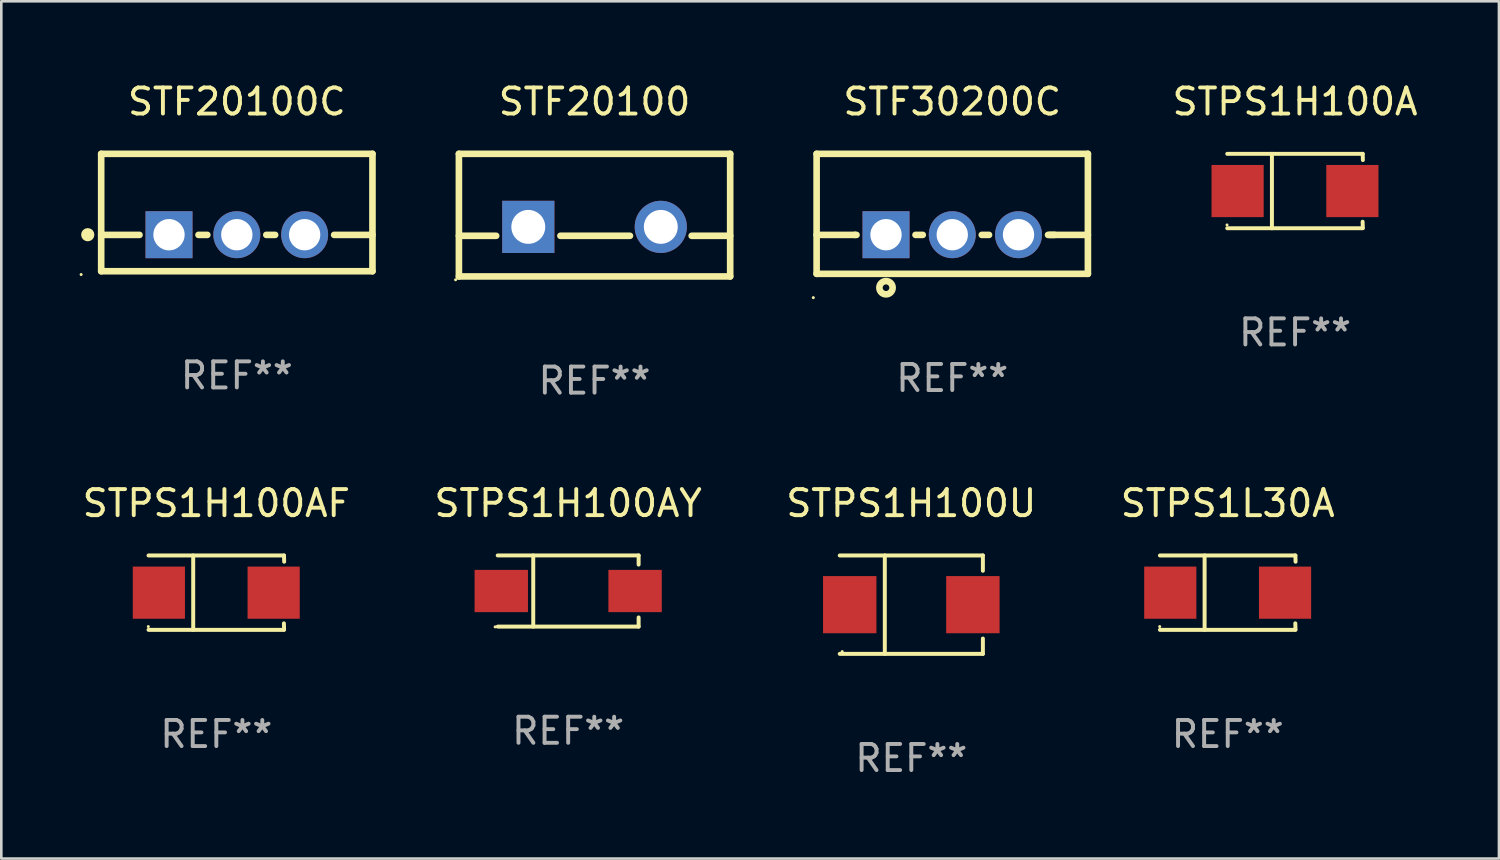
<source format=kicad_pcb>
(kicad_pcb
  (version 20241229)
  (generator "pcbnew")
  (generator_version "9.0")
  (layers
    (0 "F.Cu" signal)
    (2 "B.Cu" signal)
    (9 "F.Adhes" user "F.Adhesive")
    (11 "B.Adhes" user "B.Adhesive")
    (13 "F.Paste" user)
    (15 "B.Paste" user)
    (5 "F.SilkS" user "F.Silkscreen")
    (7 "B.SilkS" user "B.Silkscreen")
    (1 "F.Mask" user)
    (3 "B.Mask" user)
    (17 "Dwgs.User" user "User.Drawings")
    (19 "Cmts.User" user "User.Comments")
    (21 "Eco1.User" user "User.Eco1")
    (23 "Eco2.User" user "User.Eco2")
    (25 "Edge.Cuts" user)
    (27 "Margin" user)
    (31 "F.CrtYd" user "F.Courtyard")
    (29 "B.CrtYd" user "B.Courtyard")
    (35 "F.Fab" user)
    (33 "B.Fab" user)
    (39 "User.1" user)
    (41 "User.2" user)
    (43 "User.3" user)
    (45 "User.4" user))
  (footprint "STF20100C"
    (layer "F.Cu")
    (at 6.029 5.098)
    (property "Reference" "STF20100C" (at 0 -4.25 0) (layer "F.SilkS") (effects (font (size 1 1) (thickness 0.15))))
    (attr through_hole)
    (fp_line (start -5.2 -2.25) (end -5.2 2.25) (stroke (width 0.254) (type solid)) (layer "F.SilkS"))
    (fp_line (start -5.2 -2.25) (end 5.2 -2.25) (stroke (width 0.254) (type solid)) (layer "F.SilkS"))
    (fp_line (start -5.2 0.857) (end -3.731 0.857) (stroke (width 0.254) (type solid)) (layer "F.SilkS"))
    (fp_line (start -5.2 2.25) (end 5.2 2.25) (stroke (width 0.254) (type solid)) (layer "F.SilkS"))
    (fp_line (start -1.469 0.857) (end -1.131 0.857) (stroke (width 0.254) (type solid)) (layer "F.SilkS"))
    (fp_line (start 1.131 0.857) (end 1.469 0.857) (stroke (width 0.254) (type solid)) (layer "F.SilkS"))
    (fp_line (start 3.731 0.857) (end 5.2 0.857) (stroke (width 0.254) (type solid)) (layer "F.SilkS"))
    (fp_line (start 5.2 -2.25) (end 5.2 2.25) (stroke (width 0.254) (type solid)) (layer "F.SilkS"))
    (fp_circle (center -5.969 2.377) (end -5.939 2.377) (stroke (width 0.06) (type solid)) (fill no) (layer "F.SilkS"))
    (fp_circle (center -5.715 0.85) (end -5.588 0.85) (stroke (width 0.254) (type solid)) (fill no) (layer "F.SilkS"))
    (fp_text user "REF**" (at 0 6.25 0) (layer "F.Fab") (effects (font (size 1 1) (thickness 0.15))))
    (pad "1" thru_hole rect (at -2.6 0.85) (size 1.8 1.8) (drill 1.2) (layers "*.Cu" "*.Mask"))
    (pad "2" thru_hole circle (at 0 0.85) (size 1.8 1.8) (drill 1.2) (layers "*.Cu" "*.Mask"))
    (pad "3" thru_hole circle (at 2.6 0.85) (size 1.8 1.8) (drill 1.2) (layers "*.Cu" "*.Mask")))
  (footprint "STPS1H100AF"
    (layer "F.Cu")
    (at 5.244 19.671)
    (property "Reference" "STPS1H100AF" (at 0 -3.426 0) (layer "F.SilkS") (effects (font (size 1 1) (thickness 0.15))))
    (attr through_hole)
    (fp_line (start -2.6 -1.426) (end 2.593 -1.426) (stroke (width 0.152) (type solid)) (layer "F.SilkS"))
    (fp_line (start -2.6 1.426) (end 2.593 1.426) (stroke (width 0.152) (type solid)) (layer "F.SilkS"))
    (fp_line (start -0.887 -1.426) (end -0.887 1.426) (stroke (width 0.152) (type solid)) (layer "F.SilkS"))
    (fp_line (start 2.59 1.176) (end 2.597 1.415) (stroke (width 0.152) (type solid)) (layer "F.SilkS"))
    (fp_line (start 2.593 -1.426) (end 2.6 -1.187) (stroke (width 0.152) (type solid)) (layer "F.SilkS"))
    (fp_circle (center -2.608 1.3) (end -2.578 1.3) (stroke (width 0.06) (type solid)) (fill no) (layer "F.SilkS"))
    (fp_text user "REF**" (at 0 5.426 0) (layer "F.Fab") (effects (font (size 1 1) (thickness 0.15))))
    (pad "1" smd rect (at -2.203 0 180) (size 2 2) (layers "F.Cu" "F.Mask" "F.Paste"))
    (pad "2" smd rect (at 2.197 0 180) (size 2 2) (layers "F.Cu" "F.Mask" "F.Paste")))
  (footprint "STPS1H100A"
    (layer "F.Cu")
    (at 46.599 4.274)
    (property "Reference" "STPS1H100A" (at 0 -3.426 0) (layer "F.SilkS") (effects (font (size 1 1) (thickness 0.15))))
    (attr through_hole)
    (fp_line (start -2.6 -1.426) (end 2.593 -1.426) (stroke (width 0.152) (type solid)) (layer "F.SilkS"))
    (fp_line (start -2.6 1.426) (end 2.593 1.426) (stroke (width 0.152) (type solid)) (layer "F.SilkS"))
    (fp_line (start -0.887 -1.426) (end -0.887 1.426) (stroke (width 0.152) (type solid)) (layer "F.SilkS"))
    (fp_line (start 2.59 1.176) (end 2.597 1.415) (stroke (width 0.152) (type solid)) (layer "F.SilkS"))
    (fp_line (start 2.593 -1.426) (end 2.6 -1.187) (stroke (width 0.152) (type solid)) (layer "F.SilkS"))
    (fp_circle (center -2.608 1.3) (end -2.578 1.3) (stroke (width 0.06) (type solid)) (fill no) (layer "F.SilkS"))
    (fp_text user "REF**" (at 0 5.426 0) (layer "F.Fab") (effects (font (size 1 1) (thickness 0.15))))
    (pad "1" smd rect (at -2.203 0 180) (size 2 2) (layers "F.Cu" "F.Mask" "F.Paste"))
    (pad "2" smd rect (at 2.197 0 180) (size 2 2) (layers "F.Cu" "F.Mask" "F.Paste")))
  (footprint "STPS1L30A"
    (layer "F.Cu")
    (at 44.018 19.671)
    (property "Reference" "STPS1L30A" (at 0 -3.426 0) (layer "F.SilkS") (effects (font (size 1 1) (thickness 0.15))))
    (attr through_hole)
    (fp_line (start -2.6 -1.426) (end 2.593 -1.426) (stroke (width 0.152) (type solid)) (layer "F.SilkS"))
    (fp_line (start -2.6 1.426) (end 2.593 1.426) (stroke (width 0.152) (type solid)) (layer "F.SilkS"))
    (fp_line (start -0.887 -1.426) (end -0.887 1.426) (stroke (width 0.152) (type solid)) (layer "F.SilkS"))
    (fp_line (start 2.59 1.176) (end 2.597 1.415) (stroke (width 0.152) (type solid)) (layer "F.SilkS"))
    (fp_line (start 2.593 -1.426) (end 2.6 -1.187) (stroke (width 0.152) (type solid)) (layer "F.SilkS"))
    (fp_circle (center -2.608 1.3) (end -2.578 1.3) (stroke (width 0.06) (type solid)) (fill no) (layer "F.SilkS"))
    (fp_text user "REF**" (at 0 5.426 0) (layer "F.Fab") (effects (font (size 1 1) (thickness 0.15))))
    (pad "1" smd rect (at -2.203 0 180) (size 2 2) (layers "F.Cu" "F.Mask" "F.Paste"))
    (pad "2" smd rect (at 2.197 0 180) (size 2 2) (layers "F.Cu" "F.Mask" "F.Paste")))
  (footprint "STPS1H100AY"
    (layer "F.Cu")
    (at 18.732 19.608)
    (property "Reference" "STPS1H100AY" (at 0 -3.364 0) (layer "F.SilkS") (effects (font (size 1 1) (thickness 0.15))))
    (attr through_hole)
    (fp_line (start -2.701 -1.364) (end 2.701 -1.364) (stroke (width 0.152) (type solid)) (layer "F.SilkS"))
    (fp_line (start -2.701 1.364) (end 2.701 1.364) (stroke (width 0.152) (type solid)) (layer "F.SilkS"))
    (fp_line (start -1.339 -1.364) (end -1.339 1.364) (stroke (width 0.152) (type solid)) (layer "F.SilkS"))
    (fp_line (start 2.701 -1.364) (end 2.701 -1.013) (stroke (width 0.152) (type solid)) (layer "F.SilkS"))
    (fp_line (start 2.701 1.364) (end 2.701 1.013) (stroke (width 0.152) (type solid)) (layer "F.SilkS"))
    (fp_circle (center -2.8 1.375) (end -2.77 1.375) (stroke (width 0.06) (type solid)) (fill no) (layer "F.SilkS"))
    (fp_text user "REF**" (at 0 5.364 0) (layer "F.Fab") (effects (font (size 1 1) (thickness 0.15))))
    (pad "1" smd rect (at -2.565 -0.000025) (size 2.046 1.62) (layers "F.Cu" "F.Mask" "F.Paste"))
    (pad "2" smd rect (at 2.565 -0.000025) (size 2.046 1.62) (layers "F.Cu" "F.Mask" "F.Paste")))
  (footprint "STF30200C"
    (layer "F.Cu")
    (at 33.457 5.148)
    (property "Reference" "STF30200C" (at 0 -4.3 0) (layer "F.SilkS") (effects (font (size 1 1) (thickness 0.15))))
    (attr through_hole)
    (fp_line (start -5.2 -2.3) (end -5.2 2.3) (stroke (width 0.254) (type solid)) (layer "F.SilkS"))
    (fp_line (start -5.2 -2.3) (end 5.2 -2.3) (stroke (width 0.254) (type solid)) (layer "F.SilkS"))
    (fp_line (start -5.2 0.807) (end -3.731 0.807) (stroke (width 0.254) (type solid)) (layer "F.SilkS"))
    (fp_line (start -5.2 2.3) (end 5.2 2.3) (stroke (width 0.254) (type solid)) (layer "F.SilkS"))
    (fp_line (start -3.731 0.807) (end -3.671 0.807) (stroke (width 0.254) (type solid)) (layer "F.SilkS"))
    (fp_line (start -1.409 0.807) (end -1.131 0.807) (stroke (width 0.254) (type solid)) (layer "F.SilkS"))
    (fp_line (start 1.131 0.807) (end 1.409 0.807) (stroke (width 0.254) (type solid)) (layer "F.SilkS"))
    (fp_line (start 3.671 0.807) (end 3.926 0.807) (stroke (width 0.254) (type solid)) (layer "F.SilkS"))
    (fp_line (start 3.731 0.807) (end 5.2 0.807) (stroke (width 0.254) (type solid)) (layer "F.SilkS"))
    (fp_line (start 5.2 -2.3) (end 5.2 2.3) (stroke (width 0.254) (type solid)) (layer "F.SilkS"))
    (fp_circle (center -5.327 3.213) (end -5.297 3.213) (stroke (width 0.06) (type solid)) (fill no) (layer "F.SilkS"))
    (fp_circle (center -2.54 2.832) (end -2.286 2.832) (stroke (width 0.254) (type solid)) (fill no) (layer "F.SilkS"))
    (fp_text user "REF**" (at 0 6.3 0) (layer "F.Fab") (effects (font (size 1 1) (thickness 0.15))))
    (pad "1" thru_hole rect (at -2.54 0.8) (size 1.8 1.8) (drill 1.2) (layers "*.Cu" "*.Mask"))
    (pad "2" thru_hole circle (at 0 0.8) (size 1.8 1.8) (drill 1.2) (layers "*.Cu" "*.Mask"))
    (pad "3" thru_hole circle (at 2.54 0.8) (size 1.8 1.8) (drill 1.2) (layers "*.Cu" "*.Mask")))
  (footprint "STPS1H100U"
    (layer "F.Cu")
    (at 31.887 20.131)
    (property "Reference" "STPS1H100U" (at 0 -3.886 0) (layer "F.SilkS") (effects (font (size 1 1) (thickness 0.15))))
    (attr through_hole)
    (fp_line (start -2.744 -1.886) (end 2.744 -1.886) (stroke (width 0.152) (type solid)) (layer "F.SilkS"))
    (fp_line (start -2.744 1.886) (end 2.744 1.886) (stroke (width 0.152) (type solid)) (layer "F.SilkS"))
    (fp_line (start -1.016 -1.886) (end -1.016 1.886) (stroke (width 0.152) (type solid)) (layer "F.SilkS"))
    (fp_line (start 2.744 -1.886) (end 2.744 -1.299) (stroke (width 0.152) (type solid)) (layer "F.SilkS"))
    (fp_line (start 2.744 1.886) (end 2.744 1.299) (stroke (width 0.152) (type solid)) (layer "F.SilkS"))
    (fp_circle (center -2.65 1.8) (end -2.62 1.8) (stroke (width 0.06) (type solid)) (fill no) (layer "F.SilkS"))
    (fp_text user "REF**" (at 0 5.886 0) (layer "F.Fab") (effects (font (size 1 1) (thickness 0.15))))
    (pad "1" smd rect (at -2.361 0) (size 2.047 2.192) (layers "F.Cu" "F.Mask" "F.Paste"))
    (pad "2" smd rect (at 2.361 0) (size 2.047 2.192) (layers "F.Cu" "F.Mask" "F.Paste")))
  (footprint "STF20100"
    (layer "F.Cu")
    (at 19.743 5.198)
    (property "Reference" "STF20100" (at 0 -4.35 0) (layer "F.SilkS") (effects (font (size 1 1) (thickness 0.15))))
    (attr through_hole)
    (fp_line (start -5.2 -2.35) (end -5.2 2.35) (stroke (width 0.254) (type solid)) (layer "F.SilkS"))
    (fp_line (start -5.2 -2.35) (end 5.2 -2.35) (stroke (width 0.254) (type solid)) (layer "F.SilkS"))
    (fp_line (start -5.2 0.792) (end -3.771 0.792) (stroke (width 0.254) (type solid)) (layer "F.SilkS"))
    (fp_line (start -5.2 2.35) (end 5.2 2.35) (stroke (width 0.254) (type solid)) (layer "F.SilkS"))
    (fp_line (start -1.309 0.792) (end 1.357 0.792) (stroke (width 0.254) (type solid)) (layer "F.SilkS"))
    (fp_line (start 3.723 0.792) (end 5.2 0.792) (stroke (width 0.254) (type solid)) (layer "F.SilkS"))
    (fp_line (start 5.2 -2.35) (end 5.2 2.35) (stroke (width 0.254) (type solid)) (layer "F.SilkS"))
    (fp_circle (center -5.327 2.477) (end -5.297 2.477) (stroke (width 0.06) (type solid)) (fill no) (layer "F.SilkS"))
    (fp_text user "REF**" (at 0 6.35 0) (layer "F.Fab") (effects (font (size 1 1) (thickness 0.15))))
    (pad "1" thru_hole rect (at -2.54 0.45) (size 2 2) (drill 1.3) (layers "*.Cu" "*.Mask"))
    (pad "2" thru_hole circle (at 2.54 0.45) (size 2 2) (drill 1.3) (layers "*.Cu" "*.Mask")))
  (gr_rect
    (start -3 -3)
    (end 54.415 29.865)
    (stroke (width 0.1) (type default))
    (fill no)
    (layer "Edge.Cuts")))
</source>
